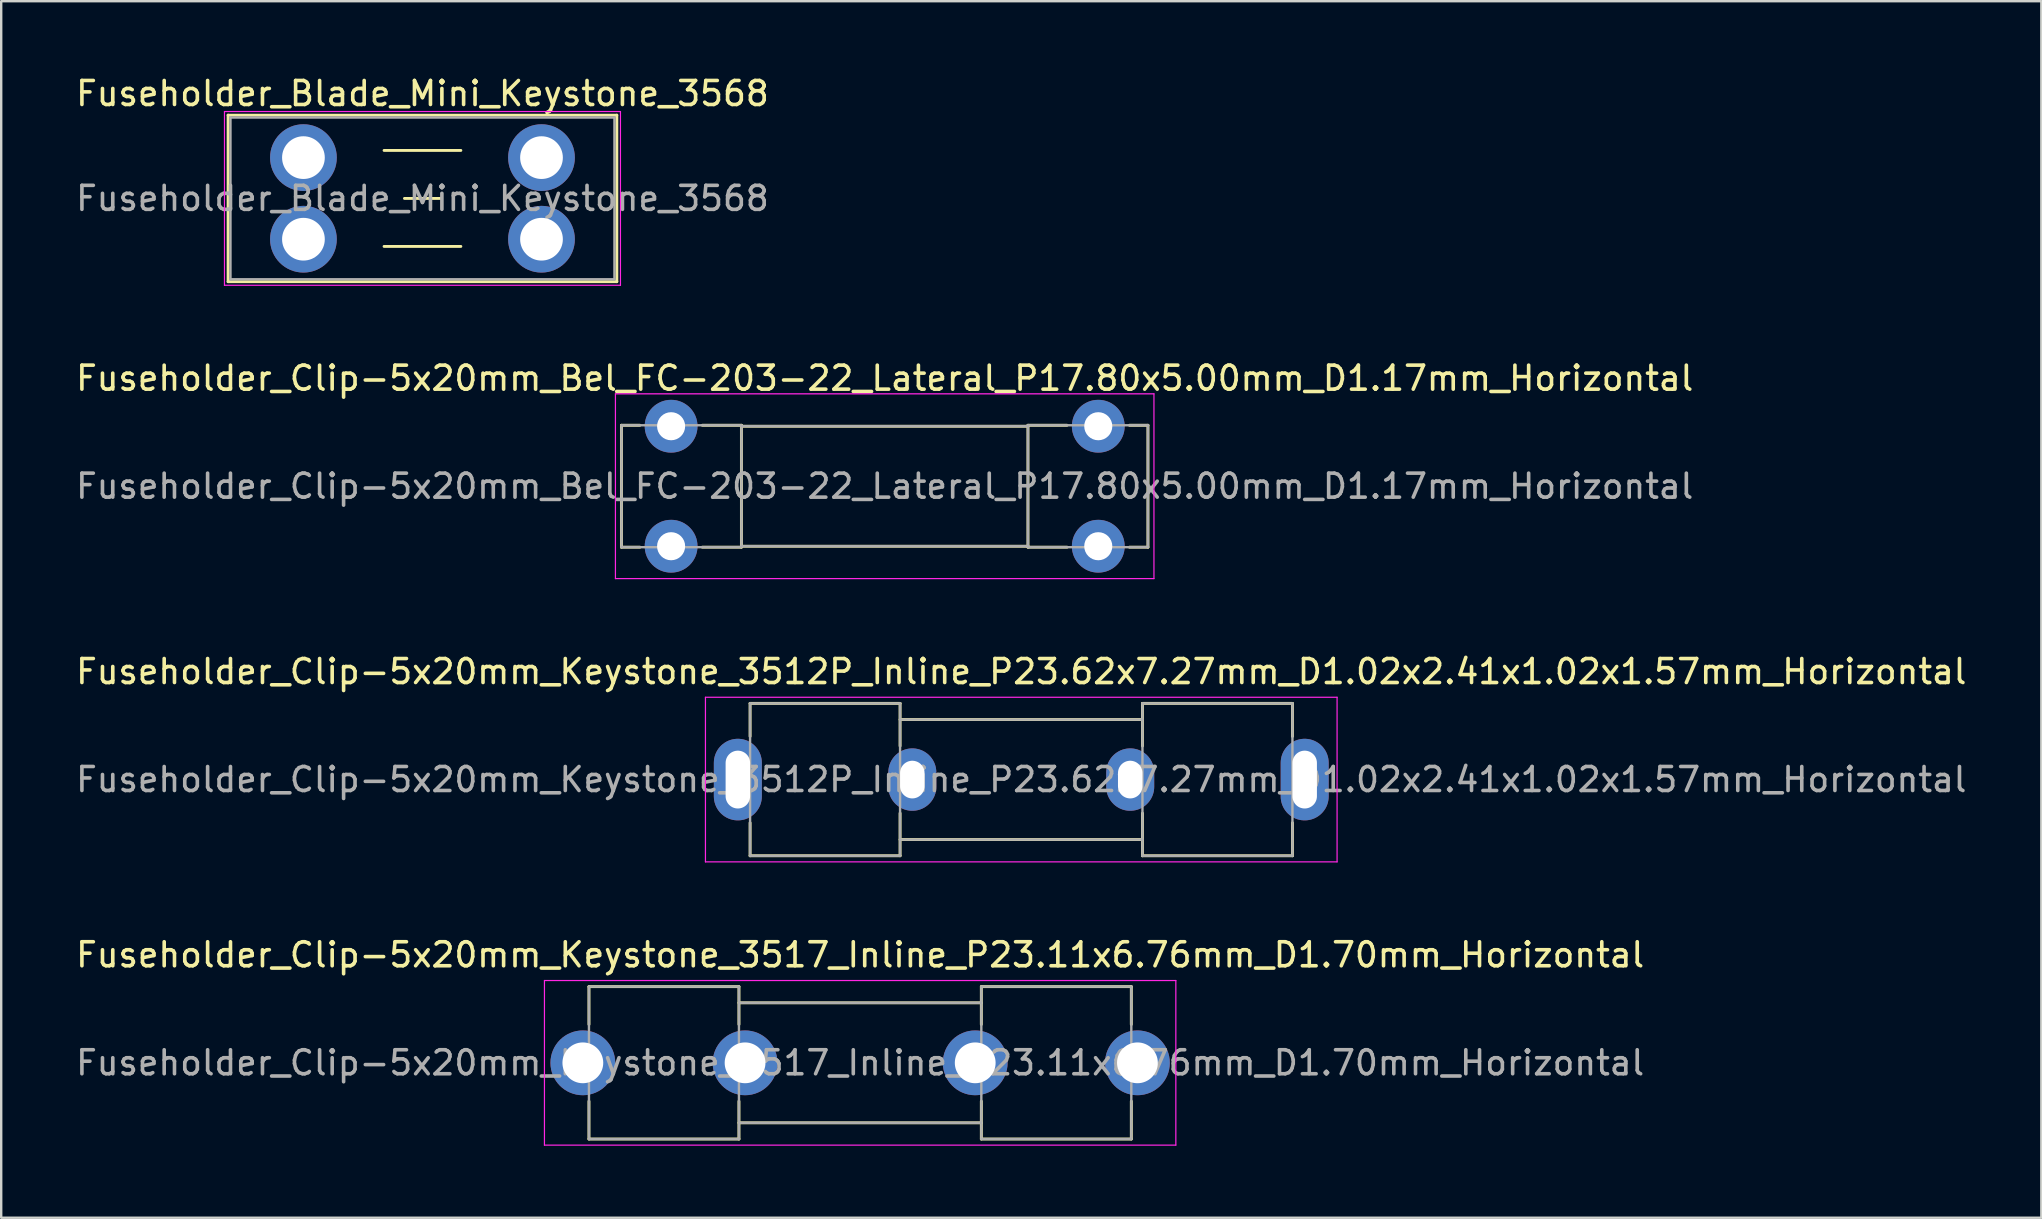
<source format=kicad_pcb>
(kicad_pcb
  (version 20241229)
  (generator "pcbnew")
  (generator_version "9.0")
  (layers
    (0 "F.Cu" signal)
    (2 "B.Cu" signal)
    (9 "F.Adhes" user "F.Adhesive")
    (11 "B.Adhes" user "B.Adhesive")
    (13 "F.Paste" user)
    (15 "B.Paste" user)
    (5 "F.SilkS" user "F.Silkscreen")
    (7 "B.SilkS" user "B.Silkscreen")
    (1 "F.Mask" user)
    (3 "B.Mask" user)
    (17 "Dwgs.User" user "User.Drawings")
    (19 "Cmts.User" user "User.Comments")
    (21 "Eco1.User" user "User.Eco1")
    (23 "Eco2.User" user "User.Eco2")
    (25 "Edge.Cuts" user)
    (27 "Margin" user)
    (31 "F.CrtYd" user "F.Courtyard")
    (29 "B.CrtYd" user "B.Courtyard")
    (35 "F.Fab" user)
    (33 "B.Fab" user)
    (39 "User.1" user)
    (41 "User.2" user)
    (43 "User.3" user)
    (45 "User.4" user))
  (footprint "Fuseholder_Clip-5x20mm_Keystone_3512P_Inline_P23.62x7.27mm_D1.02x2.41x1.02x1.57mm_Horizontal"
    (layer "F.Cu")
    (at 27.696 29.435)
    (property "Reference" "Fuseholder_Clip-5x20mm_Keystone_3512P_Inline_P23.62x7.27mm_D1.02x2.41x1.02x1.57mm_Horizontal" (at 11.81 -4.5 0) (layer "F.SilkS") (effects (font (size 1 1) (thickness 0.15))))
    (attr through_hole)
    (fp_line (start 0.51 -3.175) (end 0.51 -1.8) (stroke (width 0.12) (type solid)) (layer "F.SilkS"))
    (fp_line (start 0.51 3.175) (end 0.51 1.8) (stroke (width 0.12) (type solid)) (layer "F.SilkS"))
    (fp_line (start 6.76 -3.175) (end 0.51 -3.175) (stroke (width 0.12) (type solid)) (layer "F.SilkS"))
    (fp_line (start 6.76 -3.175) (end 6.76 -1.4) (stroke (width 0.12) (type solid)) (layer "F.SilkS"))
    (fp_line (start 6.76 3.175) (end 0.51 3.175) (stroke (width 0.12) (type solid)) (layer "F.SilkS"))
    (fp_line (start 6.76 3.175) (end 6.76 1.4) (stroke (width 0.12) (type solid)) (layer "F.SilkS"))
    (fp_line (start 16.86 -3.175) (end 16.86 -1.4) (stroke (width 0.12) (type solid)) (layer "F.SilkS"))
    (fp_line (start 16.86 -2.5) (end 6.76 -2.5) (stroke (width 0.12) (type solid)) (layer "F.SilkS"))
    (fp_line (start 16.86 2.5) (end 6.76 2.5) (stroke (width 0.12) (type solid)) (layer "F.SilkS"))
    (fp_line (start 16.86 3.175) (end 16.86 1.4) (stroke (width 0.12) (type solid)) (layer "F.SilkS"))
    (fp_line (start 16.86 3.175) (end 23.11 3.175) (stroke (width 0.12) (type solid)) (layer "F.SilkS"))
    (fp_line (start 23.11 -3.175) (end 16.86 -3.175) (stroke (width 0.12) (type solid)) (layer "F.SilkS"))
    (fp_line (start 23.11 -1.8) (end 23.11 -3.175) (stroke (width 0.12) (type solid)) (layer "F.SilkS"))
    (fp_line (start 23.11 1.8) (end 23.11 3.175) (stroke (width 0.12) (type solid)) (layer "F.SilkS"))
    (fp_line (start -1.35 -3.43) (end -1.35 3.43) (stroke (width 0.05) (type solid)) (layer "F.CrtYd"))
    (fp_line (start -1.35 -3.43) (end 24.97 -3.43) (stroke (width 0.05) (type solid)) (layer "F.CrtYd"))
    (fp_line (start 24.97 3.43) (end -1.35 3.43) (stroke (width 0.05) (type solid)) (layer "F.CrtYd"))
    (fp_line (start 24.97 3.43) (end 24.97 -3.43) (stroke (width 0.05) (type solid)) (layer "F.CrtYd"))
    (fp_line (start 0.51 -3.175) (end 6.76 -3.175) (stroke (width 0.1) (type solid)) (layer "F.Fab"))
    (fp_line (start 0.51 3.175) (end 0.51 -3.175) (stroke (width 0.1) (type solid)) (layer "F.Fab"))
    (fp_line (start 6.76 -3.175) (end 6.76 3.175) (stroke (width 0.1) (type solid)) (layer "F.Fab"))
    (fp_line (start 6.76 -2.5) (end 16.86 -2.5) (stroke (width 0.1) (type solid)) (layer "F.Fab"))
    (fp_line (start 6.76 3.175) (end 0.51 3.175) (stroke (width 0.1) (type solid)) (layer "F.Fab"))
    (fp_line (start 16.86 -3.175) (end 16.86 3.175) (stroke (width 0.1) (type solid)) (layer "F.Fab"))
    (fp_line (start 16.86 2.5) (end 6.76 2.5) (stroke (width 0.1) (type solid)) (layer "F.Fab"))
    (fp_line (start 16.86 3.175) (end 23.11 3.175) (stroke (width 0.1) (type solid)) (layer "F.Fab"))
    (fp_line (start 23.11 -3.175) (end 16.86 -3.175) (stroke (width 0.1) (type solid)) (layer "F.Fab"))
    (fp_line (start 23.11 3.175) (end 23.11 -3.175) (stroke (width 0.1) (type solid)) (layer "F.Fab"))
    (fp_text user "${REFERENCE}" (at 11.81 0 0) (layer "F.Fab") (effects (font (size 1 1) (thickness 0.15))))
    (pad "1" thru_hole oval (at 0 0) (size 2 3.4) (drill oval 1.02 2.41) (layers "*.Cu" "*.Mask"))
    (pad "1" thru_hole oval (at 7.27 0) (size 2 2.6) (drill oval 1.02 1.57) (layers "*.Cu" "*.Mask"))
    (pad "2" thru_hole oval (at 16.35 0) (size 2 2.6) (drill oval 1.02 1.57) (layers "*.Cu" "*.Mask"))
    (pad "2" thru_hole oval (at 23.62 0) (size 2 3.4) (drill oval 1.02 2.41) (layers "*.Cu" "*.Mask")))
  (footprint "Fuseholder_Blade_Mini_Keystone_3568"
    (layer "F.Cu")
    (at 9.594 3.518)
    (property "Reference" "Fuseholder_Blade_Mini_Keystone_3568" (at 4.96 -2.67 0) (layer "F.SilkS") (effects (font (size 1 1) (thickness 0.15))))
    (attr through_hole)
    (fp_line (start -3.14 -1.77) (end -3.14 5.17) (stroke (width 0.12) (type solid)) (layer "F.SilkS"))
    (fp_line (start -3.14 5.17) (end 13.06 5.17) (stroke (width 0.12) (type solid)) (layer "F.SilkS"))
    (fp_line (start 3.36 -0.3) (end 6.56 -0.3) (stroke (width 0.12) (type solid)) (layer "F.SilkS"))
    (fp_line (start 4.21 1.7) (end 5.71 1.7) (stroke (width 0.12) (type solid)) (layer "F.SilkS"))
    (fp_line (start 6.56 3.7) (end 3.36 3.7) (stroke (width 0.12) (type solid)) (layer "F.SilkS"))
    (fp_line (start 13.06 -1.77) (end -3.14 -1.77) (stroke (width 0.12) (type solid)) (layer "F.SilkS"))
    (fp_line (start 13.06 5.17) (end 13.06 -1.77) (stroke (width 0.12) (type solid)) (layer "F.SilkS"))
    (fp_line (start -3.29 -1.92) (end -3.29 5.32) (stroke (width 0.05) (type solid)) (layer "F.CrtYd"))
    (fp_line (start -3.29 5.32) (end 13.21 5.32) (stroke (width 0.05) (type solid)) (layer "F.CrtYd"))
    (fp_line (start 13.21 -1.92) (end -3.29 -1.92) (stroke (width 0.05) (type solid)) (layer "F.CrtYd"))
    (fp_line (start 13.21 5.32) (end 13.21 -1.92) (stroke (width 0.05) (type solid)) (layer "F.CrtYd"))
    (fp_line (start -3.04 -1.67) (end -3.04 5.07) (stroke (width 0.1) (type solid)) (layer "F.Fab"))
    (fp_line (start -3.04 5.07) (end 12.96 5.07) (stroke (width 0.1) (type solid)) (layer "F.Fab"))
    (fp_line (start 12.96 -1.67) (end -3.04 -1.67) (stroke (width 0.1) (type solid)) (layer "F.Fab"))
    (fp_line (start 12.96 5.07) (end 12.96 -1.67) (stroke (width 0.1) (type solid)) (layer "F.Fab"))
    (fp_text user "${REFERENCE}" (at 4.96 1.7 0) (layer "F.Fab") (effects (font (size 1 1) (thickness 0.15))))
    (pad "1" thru_hole circle (at 0 0) (size 2.78 2.78) (drill 1.78) (layers "*.Cu" "*.Mask"))
    (pad "1" thru_hole circle (at 0 3.4) (size 2.78 2.78) (drill 1.78) (layers "*.Cu" "*.Mask"))
    (pad "2" thru_hole circle (at 9.92 0) (size 2.78 2.78) (drill 1.78) (layers "*.Cu" "*.Mask"))
    (pad "2" thru_hole circle (at 9.92 3.4) (size 2.78 2.78) (drill 1.78) (layers "*.Cu" "*.Mask")))
  (footprint "Fuseholder_Clip-5x20mm_Keystone_3517_Inline_P23.11x6.76mm_D1.70mm_Horizontal"
    (layer "F.Cu")
    (at 21.237 41.238)
    (property "Reference" "Fuseholder_Clip-5x20mm_Keystone_3517_Inline_P23.11x6.76mm_D1.70mm_Horizontal" (at 11.555 -4.5 0) (layer "F.SilkS") (effects (font (size 1 1) (thickness 0.15))))
    (attr through_hole)
    (fp_line (start 0.255 -3.175) (end 0.255 -1.6) (stroke (width 0.12) (type solid)) (layer "F.SilkS"))
    (fp_line (start 0.255 3.175) (end 0.255 1.6) (stroke (width 0.12) (type solid)) (layer "F.SilkS"))
    (fp_line (start 6.505 -3.175) (end 0.255 -3.175) (stroke (width 0.12) (type solid)) (layer "F.SilkS"))
    (fp_line (start 6.505 -3.175) (end 6.505 -1.6) (stroke (width 0.12) (type solid)) (layer "F.SilkS"))
    (fp_line (start 6.505 3.175) (end 0.255 3.175) (stroke (width 0.12) (type solid)) (layer "F.SilkS"))
    (fp_line (start 6.505 3.175) (end 6.505 1.6) (stroke (width 0.12) (type solid)) (layer "F.SilkS"))
    (fp_line (start 16.605 -3.175) (end 16.605 -1.6) (stroke (width 0.12) (type solid)) (layer "F.SilkS"))
    (fp_line (start 16.605 -2.5) (end 6.505 -2.5) (stroke (width 0.12) (type solid)) (layer "F.SilkS"))
    (fp_line (start 16.605 2.5) (end 6.505 2.5) (stroke (width 0.12) (type solid)) (layer "F.SilkS"))
    (fp_line (start 16.605 3.175) (end 16.605 1.6) (stroke (width 0.12) (type solid)) (layer "F.SilkS"))
    (fp_line (start 16.605 3.175) (end 22.855 3.175) (stroke (width 0.12) (type solid)) (layer "F.SilkS"))
    (fp_line (start 22.855 -3.175) (end 16.605 -3.175) (stroke (width 0.12) (type solid)) (layer "F.SilkS"))
    (fp_line (start 22.855 -1.6) (end 22.855 -3.175) (stroke (width 0.12) (type solid)) (layer "F.SilkS"))
    (fp_line (start 22.855 1.6) (end 22.855 3.175) (stroke (width 0.12) (type solid)) (layer "F.SilkS"))
    (fp_line (start -1.6 -3.43) (end -1.6 3.43) (stroke (width 0.05) (type solid)) (layer "F.CrtYd"))
    (fp_line (start -1.6 -3.43) (end 24.71 -3.43) (stroke (width 0.05) (type solid)) (layer "F.CrtYd"))
    (fp_line (start 24.71 3.43) (end -1.6 3.43) (stroke (width 0.05) (type solid)) (layer "F.CrtYd"))
    (fp_line (start 24.71 3.43) (end 24.71 -3.43) (stroke (width 0.05) (type solid)) (layer "F.CrtYd"))
    (fp_line (start 0.255 -3.175) (end 6.505 -3.175) (stroke (width 0.1) (type solid)) (layer "F.Fab"))
    (fp_line (start 0.255 3.175) (end 0.255 -3.175) (stroke (width 0.1) (type solid)) (layer "F.Fab"))
    (fp_line (start 6.505 -3.175) (end 6.505 3.175) (stroke (width 0.1) (type solid)) (layer "F.Fab"))
    (fp_line (start 6.505 -2.5) (end 16.605 -2.5) (stroke (width 0.1) (type solid)) (layer "F.Fab"))
    (fp_line (start 6.505 3.175) (end 0.255 3.175) (stroke (width 0.1) (type solid)) (layer "F.Fab"))
    (fp_line (start 16.605 -3.175) (end 16.605 3.175) (stroke (width 0.1) (type solid)) (layer "F.Fab"))
    (fp_line (start 16.605 2.5) (end 6.505 2.5) (stroke (width 0.1) (type solid)) (layer "F.Fab"))
    (fp_line (start 16.605 3.175) (end 22.855 3.175) (stroke (width 0.1) (type solid)) (layer "F.Fab"))
    (fp_line (start 22.855 -3.175) (end 16.605 -3.175) (stroke (width 0.1) (type solid)) (layer "F.Fab"))
    (fp_line (start 22.855 3.175) (end 22.855 -3.175) (stroke (width 0.1) (type solid)) (layer "F.Fab"))
    (fp_text user "${REFERENCE}" (at 11.555 0 0) (layer "F.Fab") (effects (font (size 1 1) (thickness 0.15))))
    (pad "1" thru_hole circle (at 0 0) (size 2.7 2.7) (drill 1.7) (layers "*.Cu" "*.Mask"))
    (pad "1" thru_hole circle (at 6.76 0) (size 2.7 2.7) (drill 1.7) (layers "*.Cu" "*.Mask"))
    (pad "2" thru_hole circle (at 16.35 0) (size 2.7 2.7) (drill 1.7) (layers "*.Cu" "*.Mask"))
    (pad "2" thru_hole circle (at 23.11 0) (size 2.7 2.7) (drill 1.7) (layers "*.Cu" "*.Mask")))
  (footprint "Fuseholder_Clip-5x20mm_Bel_FC-203-22_Lateral_P17.80x5.00mm_D1.17mm_Horizontal"
    (layer "F.Cu")
    (at 24.915 14.711)
    (property "Reference" "Fuseholder_Clip-5x20mm_Bel_FC-203-22_Lateral_P17.80x5.00mm_D1.17mm_Horizontal" (at 8.9 -2 0) (layer "F.SilkS") (effects (font (size 1 1) (thickness 0.15))))
    (attr through_hole)
    (fp_line (start -2.07 5.04) (end -2.07 -0.04) (stroke (width 0.12) (type solid)) (layer "F.SilkS"))
    (fp_line (start -1.3 -0.04) (end -2.07 -0.04) (stroke (width 0.12) (type solid)) (layer "F.SilkS"))
    (fp_line (start -1.3 5.04) (end -2.07 5.04) (stroke (width 0.12) (type solid)) (layer "F.SilkS"))
    (fp_line (start 2.93 -0.04) (end 1.3 -0.04) (stroke (width 0.12) (type solid)) (layer "F.SilkS"))
    (fp_line (start 2.93 -0.04) (end 2.93 5.04) (stroke (width 0.12) (type solid)) (layer "F.SilkS"))
    (fp_line (start 2.93 5.04) (end 1.3 5.04) (stroke (width 0.12) (type solid)) (layer "F.SilkS"))
    (fp_line (start 14.87 -0.04) (end 14.87 5.04) (stroke (width 0.12) (type solid)) (layer "F.SilkS"))
    (fp_line (start 14.87 0) (end 2.93 0) (stroke (width 0.12) (type solid)) (layer "F.SilkS"))
    (fp_line (start 14.87 5) (end 2.93 5) (stroke (width 0.12) (type solid)) (layer "F.SilkS"))
    (fp_line (start 16.5 -0.04) (end 14.87 -0.04) (stroke (width 0.12) (type solid)) (layer "F.SilkS"))
    (fp_line (start 16.5 5.04) (end 14.87 5.04) (stroke (width 0.12) (type solid)) (layer "F.SilkS"))
    (fp_line (start 19.1 -0.04) (end 19.87 -0.04) (stroke (width 0.12) (type solid)) (layer "F.SilkS"))
    (fp_line (start 19.1 5.04) (end 19.87 5.04) (stroke (width 0.12) (type solid)) (layer "F.SilkS"))
    (fp_line (start 19.87 -0.04) (end 19.87 5.04) (stroke (width 0.12) (type solid)) (layer "F.SilkS"))
    (fp_line (start -2.32 -1.35) (end -2.32 6.35) (stroke (width 0.05) (type solid)) (layer "F.CrtYd"))
    (fp_line (start -2.32 -1.35) (end 20.12 -1.35) (stroke (width 0.05) (type solid)) (layer "F.CrtYd"))
    (fp_line (start 20.12 6.35) (end -2.32 6.35) (stroke (width 0.05) (type solid)) (layer "F.CrtYd"))
    (fp_line (start 20.12 6.35) (end 20.12 -1.35) (stroke (width 0.05) (type solid)) (layer "F.CrtYd"))
    (fp_line (start -2.07 -0.04) (end 2.93 -0.04) (stroke (width 0.1) (type solid)) (layer "F.Fab"))
    (fp_line (start -2.07 5.04) (end -2.07 -0.04) (stroke (width 0.1) (type solid)) (layer "F.Fab"))
    (fp_line (start 2.9 5.04) (end -2.07 5.04) (stroke (width 0.1) (type solid)) (layer "F.Fab"))
    (fp_line (start 2.93 -0.04) (end 2.93 5.04) (stroke (width 0.1) (type solid)) (layer "F.Fab"))
    (fp_line (start 2.93 0) (end 14.87 0) (stroke (width 0.1) (type solid)) (layer "F.Fab"))
    (fp_line (start 14.87 -0.04) (end 14.87 5.04) (stroke (width 0.1) (type solid)) (layer "F.Fab"))
    (fp_line (start 14.87 5) (end 2.93 5) (stroke (width 0.1) (type solid)) (layer "F.Fab"))
    (fp_line (start 14.87 5.04) (end 19.87 5.04) (stroke (width 0.1) (type solid)) (layer "F.Fab"))
    (fp_line (start 19.87 -0.04) (end 14.87 -0.04) (stroke (width 0.1) (type solid)) (layer "F.Fab"))
    (fp_line (start 19.87 5.04) (end 19.87 -0.04) (stroke (width 0.1) (type solid)) (layer "F.Fab"))
    (fp_text user "${REFERENCE}" (at 8.9 2.5 0) (layer "F.Fab") (effects (font (size 1 1) (thickness 0.15))))
    (pad "1" thru_hole circle (at 0 0) (size 2.2 2.2) (drill 1.17) (layers "*.Cu" "*.Mask"))
    (pad "1" thru_hole circle (at 0 5) (size 2.2 2.2) (drill 1.17) (layers "*.Cu" "*.Mask"))
    (pad "2" thru_hole circle (at 17.8 0) (size 2.2 2.2) (drill 1.17) (layers "*.Cu" "*.Mask"))
    (pad "2" thru_hole circle (at 17.8 5) (size 2.2 2.2) (drill 1.17) (layers "*.Cu" "*.Mask")))
  (gr_rect
    (start -3 -3)
    (end 82.012 47.693)
    (stroke (width 0.1) (type default))
    (fill no)
    (layer "Edge.Cuts")))
</source>
